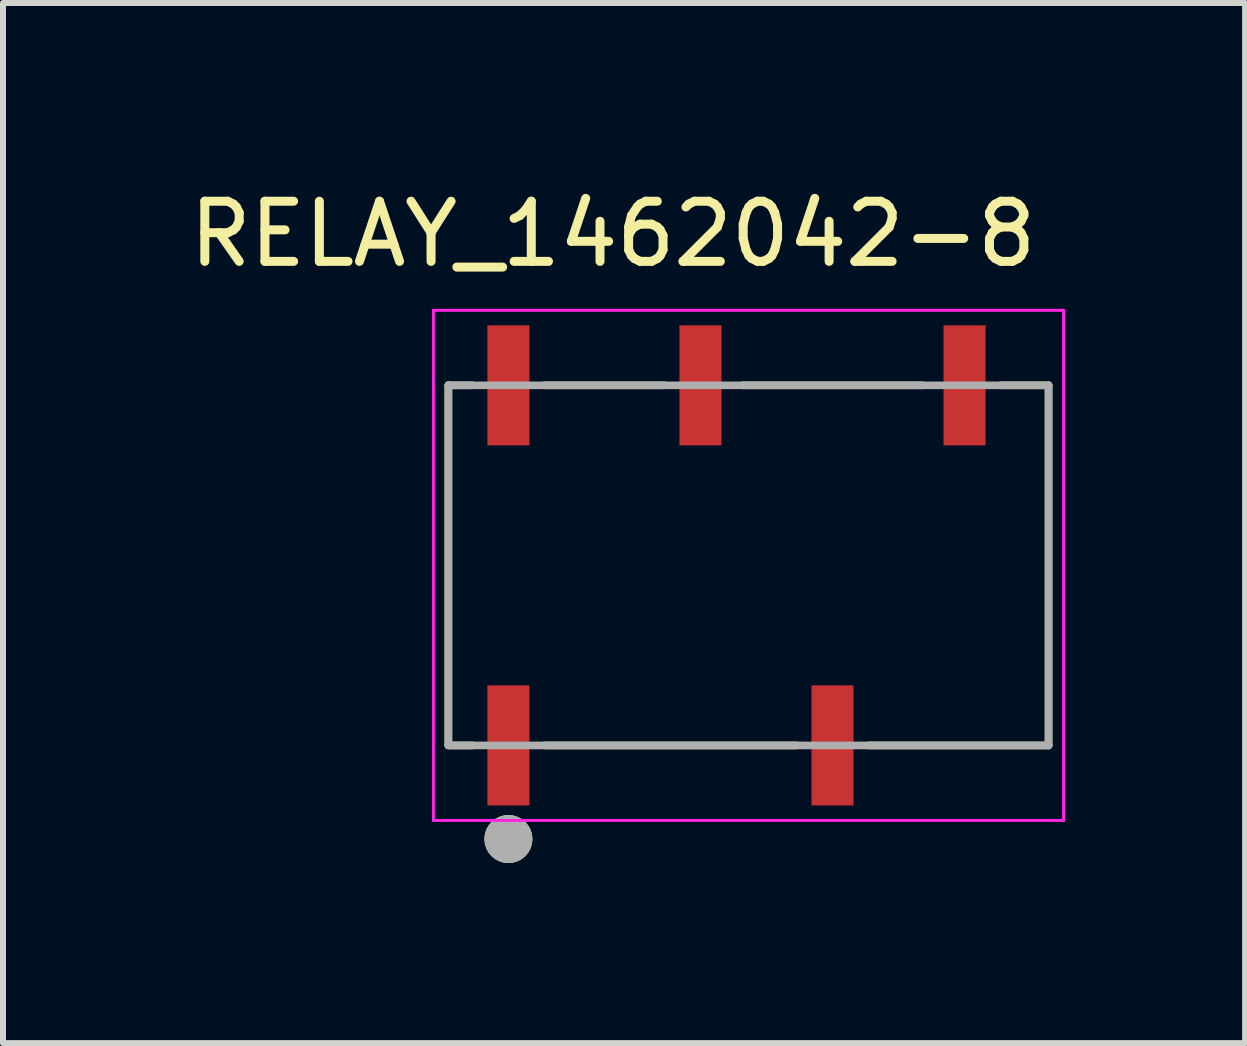
<source format=kicad_pcb>
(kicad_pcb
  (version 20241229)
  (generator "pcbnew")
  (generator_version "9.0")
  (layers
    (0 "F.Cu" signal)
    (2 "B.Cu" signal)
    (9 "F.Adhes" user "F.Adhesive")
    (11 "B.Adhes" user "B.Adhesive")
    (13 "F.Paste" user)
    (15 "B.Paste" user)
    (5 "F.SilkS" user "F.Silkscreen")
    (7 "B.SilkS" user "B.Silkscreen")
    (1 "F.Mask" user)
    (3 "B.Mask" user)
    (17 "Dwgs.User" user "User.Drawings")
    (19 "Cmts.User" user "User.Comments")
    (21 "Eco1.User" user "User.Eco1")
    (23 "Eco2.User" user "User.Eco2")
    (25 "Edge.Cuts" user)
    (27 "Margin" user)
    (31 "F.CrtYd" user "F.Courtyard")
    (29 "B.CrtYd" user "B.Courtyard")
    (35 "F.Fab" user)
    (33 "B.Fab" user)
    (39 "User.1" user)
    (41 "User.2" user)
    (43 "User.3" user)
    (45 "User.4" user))
  (footprint "RELAY_1462042-8"
    (layer "F.Cu")
    (at 9.421 6.37)
    (property "Reference" "RELAY_1462042-8" (at -2.259 -5.521 0) (layer "F.SilkS") (effects (font (size 1.002 1.002) (thickness 0.15))))
    (attr smd)
    (fp_line (start -5 -3) (end -5 3) (stroke (width 0.127) (type solid)) (layer "F.SilkS"))
    (fp_line (start -5 3) (end -4.6 3) (stroke (width 0.127) (type solid)) (layer "F.SilkS"))
    (fp_line (start -4.6 -3) (end -5 -3) (stroke (width 0.127) (type solid)) (layer "F.SilkS"))
    (fp_line (start -3.4 -3) (end -1.4 -3) (stroke (width 0.127) (type solid)) (layer "F.SilkS"))
    (fp_line (start -3.4 3) (end 0.8 3) (stroke (width 0.127) (type solid)) (layer "F.SilkS"))
    (fp_line (start -0.1 -3) (end 2.9 -3) (stroke (width 0.127) (type solid)) (layer "F.SilkS"))
    (fp_line (start 2 3) (end 5 3) (stroke (width 0.127) (type solid)) (layer "F.SilkS"))
    (fp_line (start 4.2 -3) (end 5 -3) (stroke (width 0.127) (type solid)) (layer "F.SilkS"))
    (fp_line (start 5 3) (end 5 -3) (stroke (width 0.127) (type solid)) (layer "F.SilkS"))
    (fp_circle (center -4 4.56) (end -3.8 4.56) (stroke (width 0.4) (type solid)) (fill no) (layer "F.SilkS"))
    (fp_line (start -5.25 -4.25) (end -5.25 4.25) (stroke (width 0.05) (type solid)) (layer "F.CrtYd"))
    (fp_line (start -5.25 4.25) (end 5.25 4.25) (stroke (width 0.05) (type solid)) (layer "F.CrtYd"))
    (fp_line (start 5.25 -4.25) (end -5.25 -4.25) (stroke (width 0.05) (type solid)) (layer "F.CrtYd"))
    (fp_line (start 5.25 4.25) (end 5.25 -4.25) (stroke (width 0.05) (type solid)) (layer "F.CrtYd"))
    (fp_line (start -5 -3) (end -5 3) (stroke (width 0.127) (type solid)) (layer "F.Fab"))
    (fp_line (start -5 3) (end 5 3) (stroke (width 0.127) (type solid)) (layer "F.Fab"))
    (fp_line (start 5 -3) (end -5 -3) (stroke (width 0.127) (type solid)) (layer "F.Fab"))
    (fp_line (start 5 3) (end 5 -3) (stroke (width 0.127) (type solid)) (layer "F.Fab"))
    (fp_circle (center -4 4.56) (end -3.8 4.56) (stroke (width 0.4) (type solid)) (fill no) (layer "F.Fab"))
    (pad "1" smd rect (at -4 3) (size 0.7 2) (layers "F.Cu" "F.Mask" "F.Paste"))
    (pad "3" smd rect (at 1.4 3) (size 0.7 2) (layers "F.Cu" "F.Mask" "F.Paste"))
    (pad "5" smd rect (at 3.6 -3) (size 0.7 2) (layers "F.Cu" "F.Mask" "F.Paste"))
    (pad "7" smd rect (at -0.8 -3) (size 0.7 2) (layers "F.Cu" "F.Mask" "F.Paste"))
    (pad "8" smd rect (at -4 -3) (size 0.7 2) (layers "F.Cu" "F.Mask" "F.Paste")))
  (gr_rect
    (start -3 -3)
    (end 17.696 14.33)
    (stroke (width 0.1) (type default))
    (fill no)
    (layer "Edge.Cuts")))
</source>
